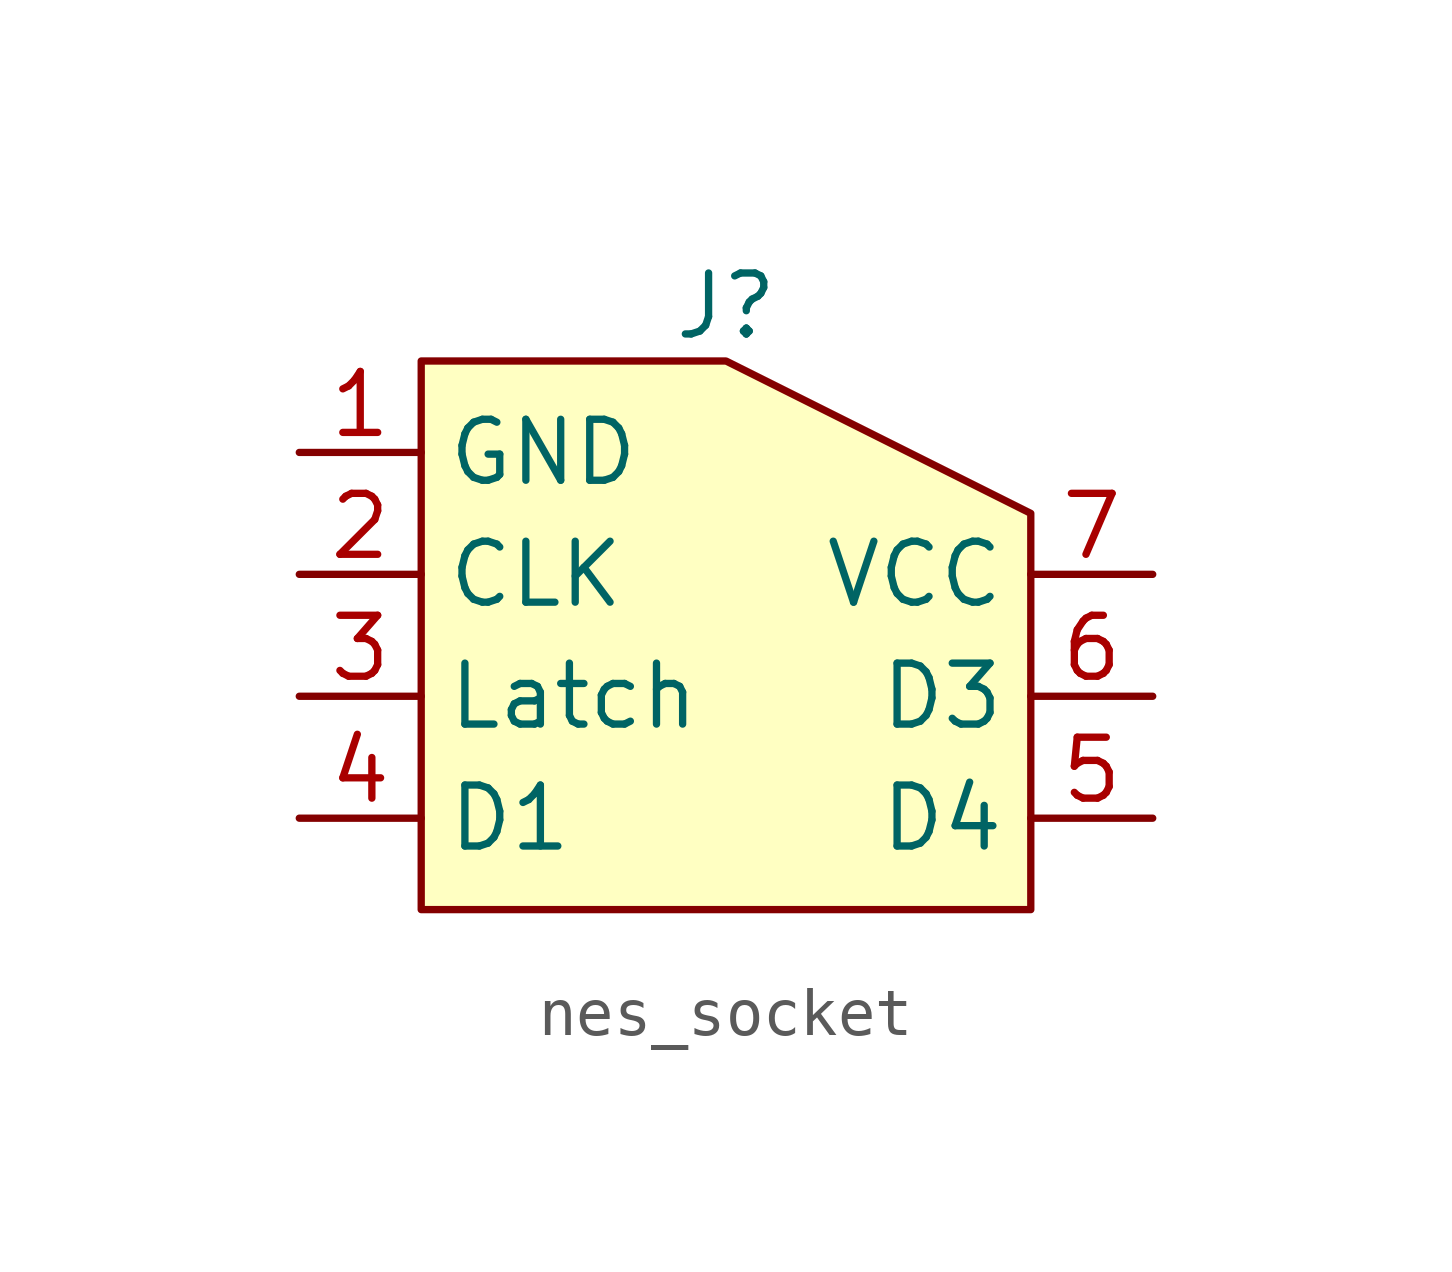
<source format=kicad_sym>
(kicad_symbol_lib
  (version 20231120)
  (generator "kicad_symbol_editor")
  (generator_version "8.0")
  (symbol "nes_socket"
    (property "Reference" "J"
      (at 0 6.858 0)
      (effects (font (size 1.27 1.27))))
    (property "Value" ""
      (at 0 0 0)
      (effects (font (size 1.27 1.27))))
    (symbol "nes_socket_1_1"
      (polyline (pts (xy -6.35 5.715) (xy -6.35 -5.715) (xy 6.35 -5.715) (xy 6.35 2.54) (xy 0 5.715) (xy -6.35 5.715)) (stroke (width 0) (type default)) (fill (type background)))
      (pin input line (at -8.89 3.81 0) (length 2.54) (name "GND" (effects (font (size 1.27 1.27)))) (number "1" (effects (font (size 1.27 1.27)))))
      (pin input line (at -8.89 1.27 0) (length 2.54) (name "CLK" (effects (font (size 1.27 1.27)))) (number "2" (effects (font (size 1.27 1.27)))))
      (pin input line (at -8.89 -1.27 0) (length 2.54) (name "Latch" (effects (font (size 1.27 1.27)))) (number "3" (effects (font (size 1.27 1.27)))))
      (pin input line (at -8.89 -3.81 0) (length 2.54) (name "D1" (effects (font (size 1.27 1.27)))) (number "4" (effects (font (size 1.27 1.27)))))
      (pin input line (at 8.89 -3.81 180) (length 2.54) (name "D4" (effects (font (size 1.27 1.27)))) (number "5" (effects (font (size 1.27 1.27)))))
      (pin input line (at 8.89 -1.27 180) (length 2.54) (name "D3" (effects (font (size 1.27 1.27)))) (number "6" (effects (font (size 1.27 1.27)))))
      (pin input line (at 8.89 1.27 180) (length 2.54) (name "VCC" (effects (font (size 1.27 1.27)))) (number "7" (effects (font (size 1.27 1.27))))))))
</source>
